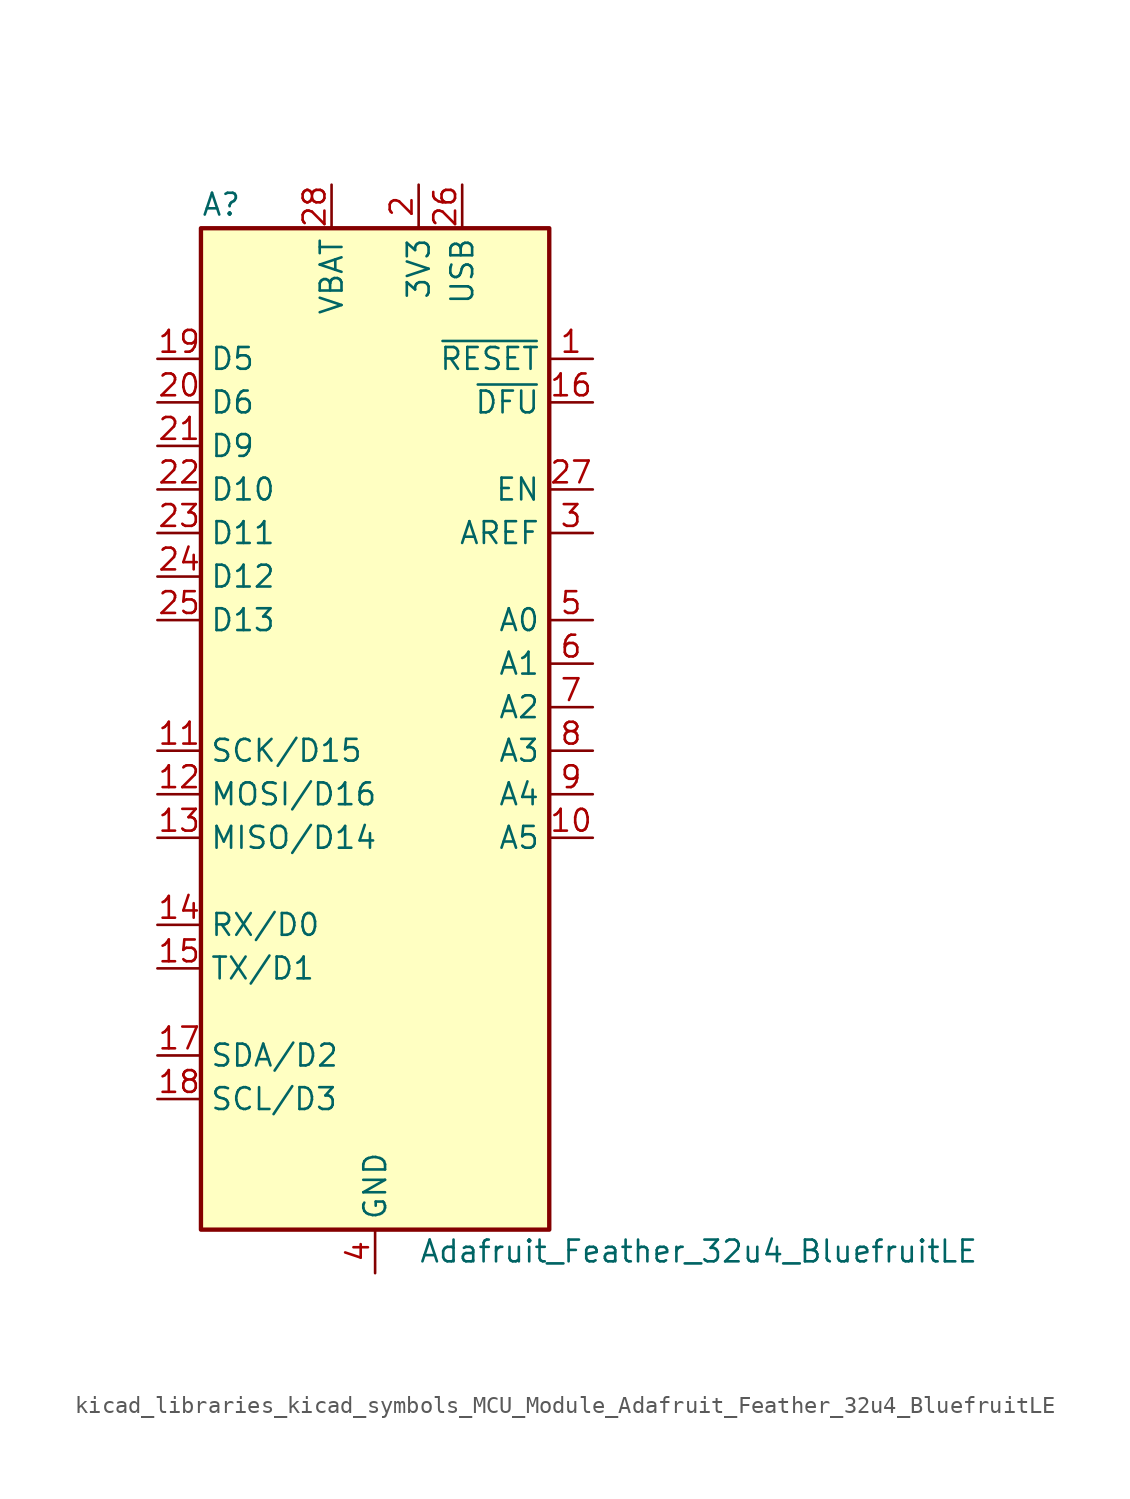
<source format=kicad_sym>
(kicad_symbol_lib
  (version 20220914)
  (generator kicad_symbol_editor)
  (symbol "kicad_libraries_kicad_symbols_MCU_Module_Adafruit_Feather_32u4_BluefruitLE"
    (property "Reference" "A"
      (at -10.16 28.575 0)
      (effects (font (size 1.27 1.27)) (justify left bottom)))
    (property "Value" "Adafruit_Feather_32u4_BluefruitLE"
      (at 2.54 -31.75 0)
      (effects (font (size 1.27 1.27)) (justify left)))
    (symbol "kicad_libraries_kicad_symbols_MCU_Module_Adafruit_Feather_32u4_BluefruitLE_0_1"
      (rectangle (start -10.16 27.94) (end 10.16 -30.48) (stroke (width 0.254) (type default)) (fill (type background))))
    (symbol "kicad_libraries_kicad_symbols_MCU_Module_Adafruit_Feather_32u4_BluefruitLE_1_1"
      (pin input line (at 12.7 20.32 180) (length 2.54) (name "~{RESET}" (effects (font (size 1.27 1.27)))) (number "1" (effects (font (size 1.27 1.27)))))
      (pin bidirectional line (at 12.7 -7.62 180) (length 2.54) (name "A5" (effects (font (size 1.27 1.27)))) (number "10" (effects (font (size 1.27 1.27)))))
      (pin bidirectional line (at -12.7 -2.54 0) (length 2.54) (name "SCK/D15" (effects (font (size 1.27 1.27)))) (number "11" (effects (font (size 1.27 1.27)))))
      (pin bidirectional line (at -12.7 -5.08 0) (length 2.54) (name "MOSI/D16" (effects (font (size 1.27 1.27)))) (number "12" (effects (font (size 1.27 1.27)))))
      (pin bidirectional line (at -12.7 -7.62 0) (length 2.54) (name "MISO/D14" (effects (font (size 1.27 1.27)))) (number "13" (effects (font (size 1.27 1.27)))))
      (pin bidirectional line (at -12.7 -12.7 0) (length 2.54) (name "RX/D0" (effects (font (size 1.27 1.27)))) (number "14" (effects (font (size 1.27 1.27)))))
      (pin bidirectional line (at -12.7 -15.24 0) (length 2.54) (name "TX/D1" (effects (font (size 1.27 1.27)))) (number "15" (effects (font (size 1.27 1.27)))))
      (pin input line (at 12.7 17.78 180) (length 2.54) (name "~{DFU}" (effects (font (size 1.27 1.27)))) (number "16" (effects (font (size 1.27 1.27)))))
      (pin bidirectional line (at -12.7 -20.32 0) (length 2.54) (name "SDA/D2" (effects (font (size 1.27 1.27)))) (number "17" (effects (font (size 1.27 1.27)))))
      (pin bidirectional line (at -12.7 -22.86 0) (length 2.54) (name "SCL/D3" (effects (font (size 1.27 1.27)))) (number "18" (effects (font (size 1.27 1.27)))))
      (pin bidirectional line (at -12.7 20.32 0) (length 2.54) (name "D5" (effects (font (size 1.27 1.27)))) (number "19" (effects (font (size 1.27 1.27)))))
      (pin power_in line (at 2.54 30.48 270) (length 2.54) (name "3V3" (effects (font (size 1.27 1.27)))) (number "2" (effects (font (size 1.27 1.27)))))
      (pin bidirectional line (at -12.7 17.78 0) (length 2.54) (name "D6" (effects (font (size 1.27 1.27)))) (number "20" (effects (font (size 1.27 1.27)))))
      (pin bidirectional line (at -12.7 15.24 0) (length 2.54) (name "D9" (effects (font (size 1.27 1.27)))) (number "21" (effects (font (size 1.27 1.27)))))
      (pin bidirectional line (at -12.7 12.7 0) (length 2.54) (name "D10" (effects (font (size 1.27 1.27)))) (number "22" (effects (font (size 1.27 1.27)))))
      (pin bidirectional line (at -12.7 10.16 0) (length 2.54) (name "D11" (effects (font (size 1.27 1.27)))) (number "23" (effects (font (size 1.27 1.27)))))
      (pin bidirectional line (at -12.7 7.62 0) (length 2.54) (name "D12" (effects (font (size 1.27 1.27)))) (number "24" (effects (font (size 1.27 1.27)))))
      (pin bidirectional line (at -12.7 5.08 0) (length 2.54) (name "D13" (effects (font (size 1.27 1.27)))) (number "25" (effects (font (size 1.27 1.27)))))
      (pin power_in line (at 5.08 30.48 270) (length 2.54) (name "USB" (effects (font (size 1.27 1.27)))) (number "26" (effects (font (size 1.27 1.27)))))
      (pin input line (at 12.7 12.7 180) (length 2.54) (name "EN" (effects (font (size 1.27 1.27)))) (number "27" (effects (font (size 1.27 1.27)))))
      (pin power_in line (at -2.54 30.48 270) (length 2.54) (name "VBAT" (effects (font (size 1.27 1.27)))) (number "28" (effects (font (size 1.27 1.27)))))
      (pin input line (at 12.7 10.16 180) (length 2.54) (name "AREF" (effects (font (size 1.27 1.27)))) (number "3" (effects (font (size 1.27 1.27)))))
      (pin power_in line (at 0 -33.02 90) (length 2.54) (name "GND" (effects (font (size 1.27 1.27)))) (number "4" (effects (font (size 1.27 1.27)))))
      (pin bidirectional line (at 12.7 5.08 180) (length 2.54) (name "A0" (effects (font (size 1.27 1.27)))) (number "5" (effects (font (size 1.27 1.27)))))
      (pin bidirectional line (at 12.7 2.54 180) (length 2.54) (name "A1" (effects (font (size 1.27 1.27)))) (number "6" (effects (font (size 1.27 1.27)))))
      (pin bidirectional line (at 12.7 0 180) (length 2.54) (name "A2" (effects (font (size 1.27 1.27)))) (number "7" (effects (font (size 1.27 1.27)))))
      (pin bidirectional line (at 12.7 -2.54 180) (length 2.54) (name "A3" (effects (font (size 1.27 1.27)))) (number "8" (effects (font (size 1.27 1.27)))))
      (pin bidirectional line (at 12.7 -5.08 180) (length 2.54) (name "A4" (effects (font (size 1.27 1.27)))) (number "9" (effects (font (size 1.27 1.27))))))))
</source>
